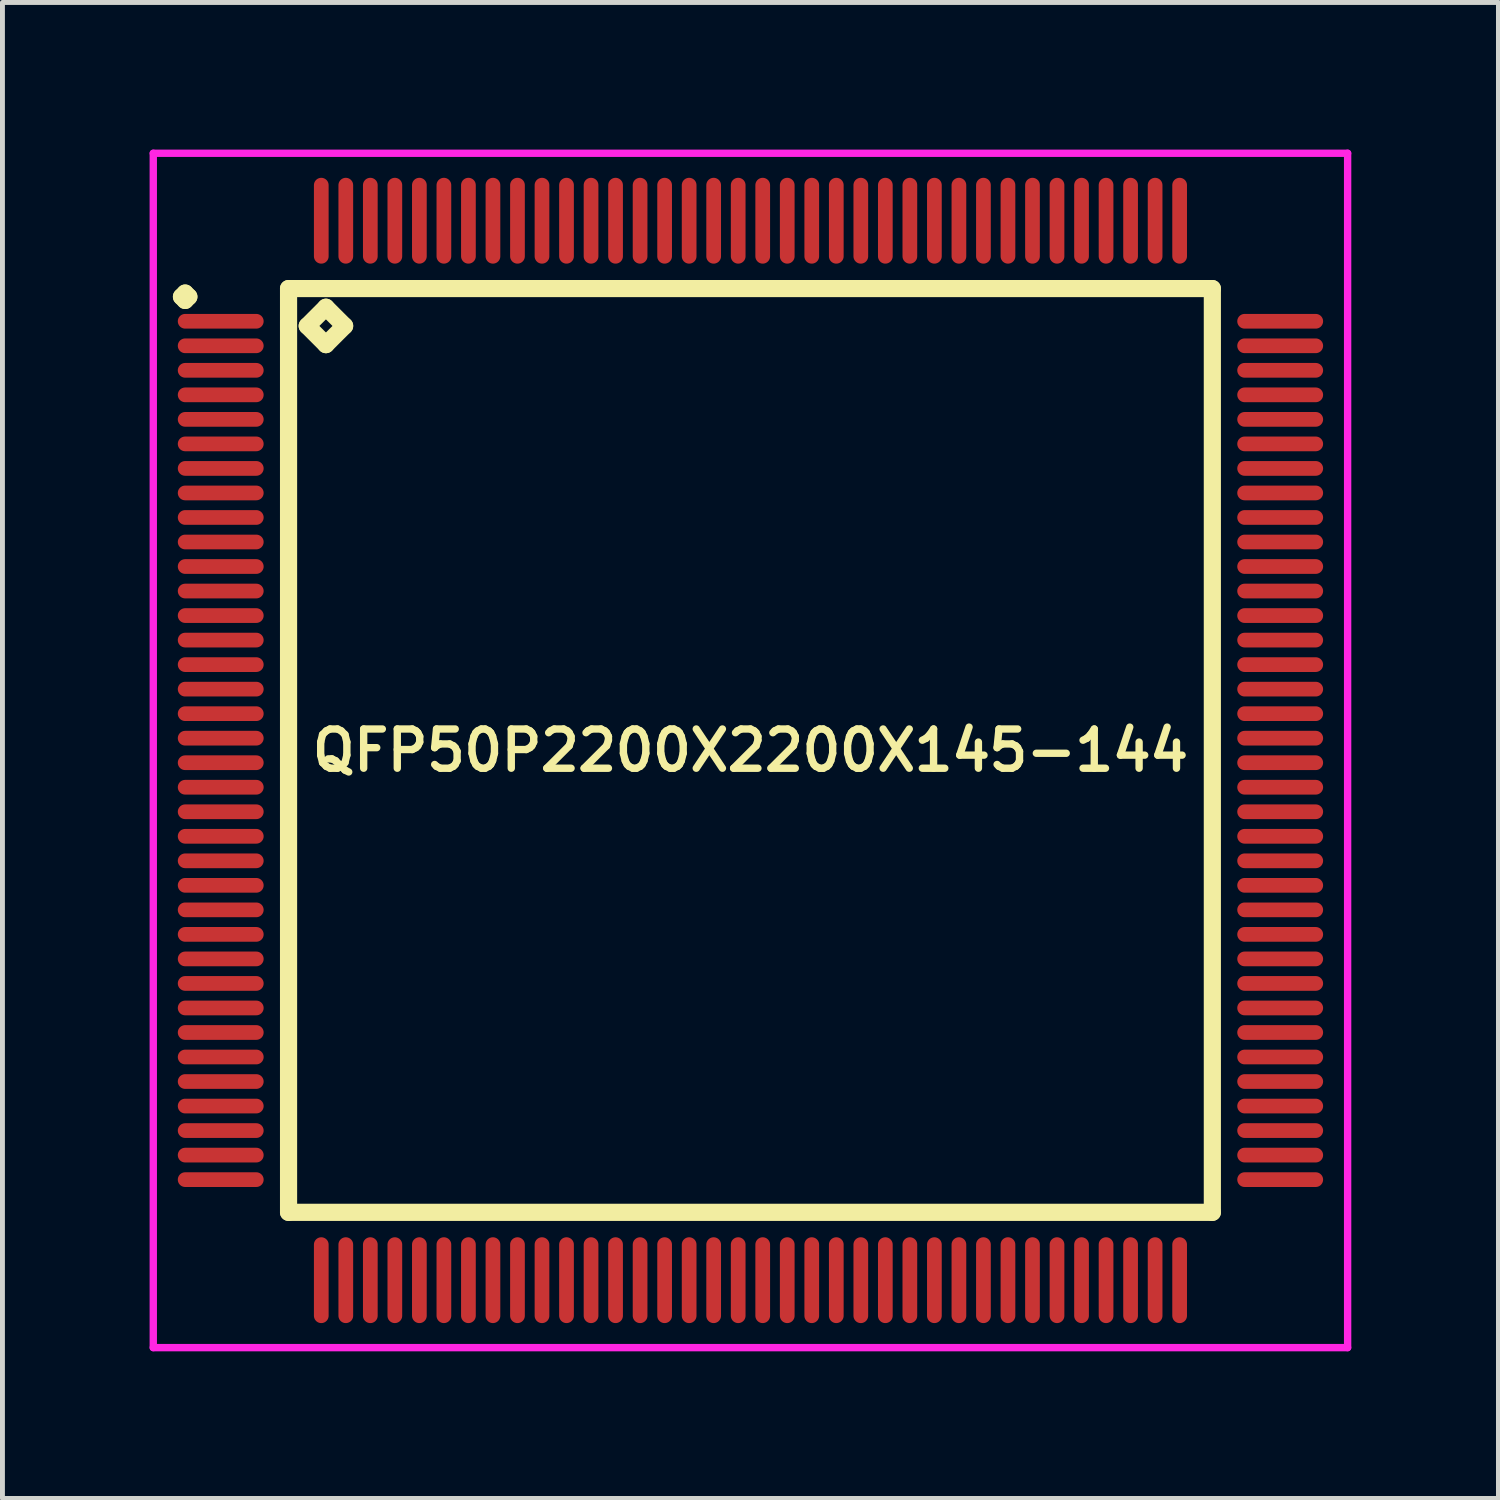
<source format=kicad_pcb>
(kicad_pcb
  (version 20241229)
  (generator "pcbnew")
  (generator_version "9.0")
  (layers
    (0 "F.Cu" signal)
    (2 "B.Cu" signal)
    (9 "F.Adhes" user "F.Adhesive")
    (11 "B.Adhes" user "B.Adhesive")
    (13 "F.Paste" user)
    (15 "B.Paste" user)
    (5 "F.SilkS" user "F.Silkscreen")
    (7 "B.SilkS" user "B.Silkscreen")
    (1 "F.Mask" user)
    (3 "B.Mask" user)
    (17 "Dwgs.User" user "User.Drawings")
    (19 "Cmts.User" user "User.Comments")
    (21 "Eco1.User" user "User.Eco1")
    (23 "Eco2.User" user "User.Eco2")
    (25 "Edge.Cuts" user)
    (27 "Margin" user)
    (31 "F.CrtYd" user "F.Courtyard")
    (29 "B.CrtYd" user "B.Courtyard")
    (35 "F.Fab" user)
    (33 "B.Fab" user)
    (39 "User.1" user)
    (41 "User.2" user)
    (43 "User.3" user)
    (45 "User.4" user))
  (footprint "QFP50P2200X2200X145-144"
    (layer "F.Cu")
    (at 12.25 12.25)
    (property "Reference" "QFP50P2200X2200X145-144" (at 0 0 0) (layer "F.SilkS") (effects (font (size 0.8 0.8) (thickness 0.15))))
    (attr smd)
    (fp_line (start -11.6 -9.25) (end -11.525 -9.325) (stroke (width 0.35) (type solid)) (layer "F.SilkS"))
    (fp_line (start -11.525 -9.325) (end -11.45 -9.25) (stroke (width 0.35) (type solid)) (layer "F.SilkS"))
    (fp_line (start -11.525 -9.175) (end -11.6 -9.25) (stroke (width 0.35) (type solid)) (layer "F.SilkS"))
    (fp_line (start -11.45 -9.25) (end -11.525 -9.175) (stroke (width 0.35) (type solid)) (layer "F.SilkS"))
    (fp_line (start -9.417 -9.417) (end -9.417 9.417) (stroke (width 0.35) (type solid)) (layer "F.SilkS"))
    (fp_line (start -9.417 9.417) (end 9.417 9.417) (stroke (width 0.35) (type solid)) (layer "F.SilkS"))
    (fp_line (start -9.036 -8.655) (end -8.655 -9.036) (stroke (width 0.35) (type solid)) (layer "F.SilkS"))
    (fp_line (start -8.655 -9.036) (end -8.274 -8.655) (stroke (width 0.35) (type solid)) (layer "F.SilkS"))
    (fp_line (start -8.655 -8.274) (end -9.036 -8.655) (stroke (width 0.35) (type solid)) (layer "F.SilkS"))
    (fp_line (start -8.274 -8.655) (end -8.655 -8.274) (stroke (width 0.35) (type solid)) (layer "F.SilkS"))
    (fp_line (start 9.417 -9.417) (end -9.417 -9.417) (stroke (width 0.35) (type solid)) (layer "F.SilkS"))
    (fp_line (start 9.417 9.417) (end 9.417 -9.417) (stroke (width 0.35) (type solid)) (layer "F.SilkS"))
    (fp_line (start -12.175 -12.175) (end 12.175 -12.175) (stroke (width 0.15) (type solid)) (layer "F.CrtYd"))
    (fp_line (start -12.175 12.175) (end -12.175 -12.175) (stroke (width 0.15) (type solid)) (layer "F.CrtYd"))
    (fp_line (start 12.175 -12.175) (end 12.175 12.175) (stroke (width 0.15) (type solid)) (layer "F.CrtYd"))
    (fp_line (start 12.175 12.175) (end -12.175 12.175) (stroke (width 0.15) (type solid)) (layer "F.CrtYd"))
    (pad "1" smd oval (at -10.8 -8.75) (size 1.75 0.3) (layers "F.Cu" "F.Mask" "F.Paste"))
    (pad "2" smd oval (at -10.8 -8.25) (size 1.75 0.3) (layers "F.Cu" "F.Mask" "F.Paste"))
    (pad "3" smd oval (at -10.8 -7.75) (size 1.75 0.3) (layers "F.Cu" "F.Mask" "F.Paste"))
    (pad "4" smd oval (at -10.8 -7.25) (size 1.75 0.3) (layers "F.Cu" "F.Mask" "F.Paste"))
    (pad "5" smd oval (at -10.8 -6.75) (size 1.75 0.3) (layers "F.Cu" "F.Mask" "F.Paste"))
    (pad "6" smd oval (at -10.8 -6.25) (size 1.75 0.3) (layers "F.Cu" "F.Mask" "F.Paste"))
    (pad "7" smd oval (at -10.8 -5.75) (size 1.75 0.3) (layers "F.Cu" "F.Mask" "F.Paste"))
    (pad "8" smd oval (at -10.8 -5.25) (size 1.75 0.3) (layers "F.Cu" "F.Mask" "F.Paste"))
    (pad "9" smd oval (at -10.8 -4.75) (size 1.75 0.3) (layers "F.Cu" "F.Mask" "F.Paste"))
    (pad "10" smd oval (at -10.8 -4.25) (size 1.75 0.3) (layers "F.Cu" "F.Mask" "F.Paste"))
    (pad "11" smd oval (at -10.8 -3.75) (size 1.75 0.3) (layers "F.Cu" "F.Mask" "F.Paste"))
    (pad "12" smd oval (at -10.8 -3.25) (size 1.75 0.3) (layers "F.Cu" "F.Mask" "F.Paste"))
    (pad "13" smd oval (at -10.8 -2.75) (size 1.75 0.3) (layers "F.Cu" "F.Mask" "F.Paste"))
    (pad "14" smd oval (at -10.8 -2.25) (size 1.75 0.3) (layers "F.Cu" "F.Mask" "F.Paste"))
    (pad "15" smd oval (at -10.8 -1.75) (size 1.75 0.3) (layers "F.Cu" "F.Mask" "F.Paste"))
    (pad "16" smd oval (at -10.8 -1.25) (size 1.75 0.3) (layers "F.Cu" "F.Mask" "F.Paste"))
    (pad "17" smd oval (at -10.8 -0.75) (size 1.75 0.3) (layers "F.Cu" "F.Mask" "F.Paste"))
    (pad "18" smd oval (at -10.8 -0.25) (size 1.75 0.3) (layers "F.Cu" "F.Mask" "F.Paste"))
    (pad "19" smd oval (at -10.8 0.25) (size 1.75 0.3) (layers "F.Cu" "F.Mask" "F.Paste"))
    (pad "20" smd oval (at -10.8 0.75) (size 1.75 0.3) (layers "F.Cu" "F.Mask" "F.Paste"))
    (pad "21" smd oval (at -10.8 1.25) (size 1.75 0.3) (layers "F.Cu" "F.Mask" "F.Paste"))
    (pad "22" smd oval (at -10.8 1.75) (size 1.75 0.3) (layers "F.Cu" "F.Mask" "F.Paste"))
    (pad "23" smd oval (at -10.8 2.25) (size 1.75 0.3) (layers "F.Cu" "F.Mask" "F.Paste"))
    (pad "24" smd oval (at -10.8 2.75) (size 1.75 0.3) (layers "F.Cu" "F.Mask" "F.Paste"))
    (pad "25" smd oval (at -10.8 3.25) (size 1.75 0.3) (layers "F.Cu" "F.Mask" "F.Paste"))
    (pad "26" smd oval (at -10.8 3.75) (size 1.75 0.3) (layers "F.Cu" "F.Mask" "F.Paste"))
    (pad "27" smd oval (at -10.8 4.25) (size 1.75 0.3) (layers "F.Cu" "F.Mask" "F.Paste"))
    (pad "28" smd oval (at -10.8 4.75) (size 1.75 0.3) (layers "F.Cu" "F.Mask" "F.Paste"))
    (pad "29" smd oval (at -10.8 5.25) (size 1.75 0.3) (layers "F.Cu" "F.Mask" "F.Paste"))
    (pad "30" smd oval (at -10.8 5.75) (size 1.75 0.3) (layers "F.Cu" "F.Mask" "F.Paste"))
    (pad "31" smd oval (at -10.8 6.25) (size 1.75 0.3) (layers "F.Cu" "F.Mask" "F.Paste"))
    (pad "32" smd oval (at -10.8 6.75) (size 1.75 0.3) (layers "F.Cu" "F.Mask" "F.Paste"))
    (pad "33" smd oval (at -10.8 7.25) (size 1.75 0.3) (layers "F.Cu" "F.Mask" "F.Paste"))
    (pad "34" smd oval (at -10.8 7.75) (size 1.75 0.3) (layers "F.Cu" "F.Mask" "F.Paste"))
    (pad "35" smd oval (at -10.8 8.25) (size 1.75 0.3) (layers "F.Cu" "F.Mask" "F.Paste"))
    (pad "36" smd oval (at -10.8 8.75) (size 1.75 0.3) (layers "F.Cu" "F.Mask" "F.Paste"))
    (pad "37" smd oval (at -8.75 10.8) (size 0.3 1.75) (layers "F.Cu" "F.Mask" "F.Paste"))
    (pad "38" smd oval (at -8.25 10.8) (size 0.3 1.75) (layers "F.Cu" "F.Mask" "F.Paste"))
    (pad "39" smd oval (at -7.75 10.8) (size 0.3 1.75) (layers "F.Cu" "F.Mask" "F.Paste"))
    (pad "40" smd oval (at -7.25 10.8) (size 0.3 1.75) (layers "F.Cu" "F.Mask" "F.Paste"))
    (pad "41" smd oval (at -6.75 10.8) (size 0.3 1.75) (layers "F.Cu" "F.Mask" "F.Paste"))
    (pad "42" smd oval (at -6.25 10.8) (size 0.3 1.75) (layers "F.Cu" "F.Mask" "F.Paste"))
    (pad "43" smd oval (at -5.75 10.8) (size 0.3 1.75) (layers "F.Cu" "F.Mask" "F.Paste"))
    (pad "44" smd oval (at -5.25 10.8) (size 0.3 1.75) (layers "F.Cu" "F.Mask" "F.Paste"))
    (pad "45" smd oval (at -4.75 10.8) (size 0.3 1.75) (layers "F.Cu" "F.Mask" "F.Paste"))
    (pad "46" smd oval (at -4.25 10.8) (size 0.3 1.75) (layers "F.Cu" "F.Mask" "F.Paste"))
    (pad "47" smd oval (at -3.75 10.8) (size 0.3 1.75) (layers "F.Cu" "F.Mask" "F.Paste"))
    (pad "48" smd oval (at -3.25 10.8) (size 0.3 1.75) (layers "F.Cu" "F.Mask" "F.Paste"))
    (pad "49" smd oval (at -2.75 10.8) (size 0.3 1.75) (layers "F.Cu" "F.Mask" "F.Paste"))
    (pad "50" smd oval (at -2.25 10.8) (size 0.3 1.75) (layers "F.Cu" "F.Mask" "F.Paste"))
    (pad "51" smd oval (at -1.75 10.8) (size 0.3 1.75) (layers "F.Cu" "F.Mask" "F.Paste"))
    (pad "52" smd oval (at -1.25 10.8) (size 0.3 1.75) (layers "F.Cu" "F.Mask" "F.Paste"))
    (pad "53" smd oval (at -0.75 10.8) (size 0.3 1.75) (layers "F.Cu" "F.Mask" "F.Paste"))
    (pad "54" smd oval (at -0.25 10.8) (size 0.3 1.75) (layers "F.Cu" "F.Mask" "F.Paste"))
    (pad "55" smd oval (at 0.25 10.8) (size 0.3 1.75) (layers "F.Cu" "F.Mask" "F.Paste"))
    (pad "56" smd oval (at 0.75 10.8) (size 0.3 1.75) (layers "F.Cu" "F.Mask" "F.Paste"))
    (pad "57" smd oval (at 1.25 10.8) (size 0.3 1.75) (layers "F.Cu" "F.Mask" "F.Paste"))
    (pad "58" smd oval (at 1.75 10.8) (size 0.3 1.75) (layers "F.Cu" "F.Mask" "F.Paste"))
    (pad "59" smd oval (at 2.25 10.8) (size 0.3 1.75) (layers "F.Cu" "F.Mask" "F.Paste"))
    (pad "60" smd oval (at 2.75 10.8) (size 0.3 1.75) (layers "F.Cu" "F.Mask" "F.Paste"))
    (pad "61" smd oval (at 3.25 10.8) (size 0.3 1.75) (layers "F.Cu" "F.Mask" "F.Paste"))
    (pad "62" smd oval (at 3.75 10.8) (size 0.3 1.75) (layers "F.Cu" "F.Mask" "F.Paste"))
    (pad "63" smd oval (at 4.25 10.8) (size 0.3 1.75) (layers "F.Cu" "F.Mask" "F.Paste"))
    (pad "64" smd oval (at 4.75 10.8) (size 0.3 1.75) (layers "F.Cu" "F.Mask" "F.Paste"))
    (pad "65" smd oval (at 5.25 10.8) (size 0.3 1.75) (layers "F.Cu" "F.Mask" "F.Paste"))
    (pad "66" smd oval (at 5.75 10.8) (size 0.3 1.75) (layers "F.Cu" "F.Mask" "F.Paste"))
    (pad "67" smd oval (at 6.25 10.8) (size 0.3 1.75) (layers "F.Cu" "F.Mask" "F.Paste"))
    (pad "68" smd oval (at 6.75 10.8) (size 0.3 1.75) (layers "F.Cu" "F.Mask" "F.Paste"))
    (pad "69" smd oval (at 7.25 10.8) (size 0.3 1.75) (layers "F.Cu" "F.Mask" "F.Paste"))
    (pad "70" smd oval (at 7.75 10.8) (size 0.3 1.75) (layers "F.Cu" "F.Mask" "F.Paste"))
    (pad "71" smd oval (at 8.25 10.8) (size 0.3 1.75) (layers "F.Cu" "F.Mask" "F.Paste"))
    (pad "72" smd oval (at 8.75 10.8) (size 0.3 1.75) (layers "F.Cu" "F.Mask" "F.Paste"))
    (pad "73" smd oval (at 10.8 8.75) (size 1.75 0.3) (layers "F.Cu" "F.Mask" "F.Paste"))
    (pad "74" smd oval (at 10.8 8.25) (size 1.75 0.3) (layers "F.Cu" "F.Mask" "F.Paste"))
    (pad "75" smd oval (at 10.8 7.75) (size 1.75 0.3) (layers "F.Cu" "F.Mask" "F.Paste"))
    (pad "76" smd oval (at 10.8 7.25) (size 1.75 0.3) (layers "F.Cu" "F.Mask" "F.Paste"))
    (pad "77" smd oval (at 10.8 6.75) (size 1.75 0.3) (layers "F.Cu" "F.Mask" "F.Paste"))
    (pad "78" smd oval (at 10.8 6.25) (size 1.75 0.3) (layers "F.Cu" "F.Mask" "F.Paste"))
    (pad "79" smd oval (at 10.8 5.75) (size 1.75 0.3) (layers "F.Cu" "F.Mask" "F.Paste"))
    (pad "80" smd oval (at 10.8 5.25) (size 1.75 0.3) (layers "F.Cu" "F.Mask" "F.Paste"))
    (pad "81" smd oval (at 10.8 4.75) (size 1.75 0.3) (layers "F.Cu" "F.Mask" "F.Paste"))
    (pad "82" smd oval (at 10.8 4.25) (size 1.75 0.3) (layers "F.Cu" "F.Mask" "F.Paste"))
    (pad "83" smd oval (at 10.8 3.75) (size 1.75 0.3) (layers "F.Cu" "F.Mask" "F.Paste"))
    (pad "84" smd oval (at 10.8 3.25) (size 1.75 0.3) (layers "F.Cu" "F.Mask" "F.Paste"))
    (pad "85" smd oval (at 10.8 2.75) (size 1.75 0.3) (layers "F.Cu" "F.Mask" "F.Paste"))
    (pad "86" smd oval (at 10.8 2.25) (size 1.75 0.3) (layers "F.Cu" "F.Mask" "F.Paste"))
    (pad "87" smd oval (at 10.8 1.75) (size 1.75 0.3) (layers "F.Cu" "F.Mask" "F.Paste"))
    (pad "88" smd oval (at 10.8 1.25) (size 1.75 0.3) (layers "F.Cu" "F.Mask" "F.Paste"))
    (pad "89" smd oval (at 10.8 0.75) (size 1.75 0.3) (layers "F.Cu" "F.Mask" "F.Paste"))
    (pad "90" smd oval (at 10.8 0.25) (size 1.75 0.3) (layers "F.Cu" "F.Mask" "F.Paste"))
    (pad "91" smd oval (at 10.8 -0.25) (size 1.75 0.3) (layers "F.Cu" "F.Mask" "F.Paste"))
    (pad "92" smd oval (at 10.8 -0.75) (size 1.75 0.3) (layers "F.Cu" "F.Mask" "F.Paste"))
    (pad "93" smd oval (at 10.8 -1.25) (size 1.75 0.3) (layers "F.Cu" "F.Mask" "F.Paste"))
    (pad "94" smd oval (at 10.8 -1.75) (size 1.75 0.3) (layers "F.Cu" "F.Mask" "F.Paste"))
    (pad "95" smd oval (at 10.8 -2.25) (size 1.75 0.3) (layers "F.Cu" "F.Mask" "F.Paste"))
    (pad "96" smd oval (at 10.8 -2.75) (size 1.75 0.3) (layers "F.Cu" "F.Mask" "F.Paste"))
    (pad "97" smd oval (at 10.8 -3.25) (size 1.75 0.3) (layers "F.Cu" "F.Mask" "F.Paste"))
    (pad "98" smd oval (at 10.8 -3.75) (size 1.75 0.3) (layers "F.Cu" "F.Mask" "F.Paste"))
    (pad "99" smd oval (at 10.8 -4.25) (size 1.75 0.3) (layers "F.Cu" "F.Mask" "F.Paste"))
    (pad "100" smd oval (at 10.8 -4.75) (size 1.75 0.3) (layers "F.Cu" "F.Mask" "F.Paste"))
    (pad "101" smd oval (at 10.8 -5.25) (size 1.75 0.3) (layers "F.Cu" "F.Mask" "F.Paste"))
    (pad "102" smd oval (at 10.8 -5.75) (size 1.75 0.3) (layers "F.Cu" "F.Mask" "F.Paste"))
    (pad "103" smd oval (at 10.8 -6.25) (size 1.75 0.3) (layers "F.Cu" "F.Mask" "F.Paste"))
    (pad "104" smd oval (at 10.8 -6.75) (size 1.75 0.3) (layers "F.Cu" "F.Mask" "F.Paste"))
    (pad "105" smd oval (at 10.8 -7.25) (size 1.75 0.3) (layers "F.Cu" "F.Mask" "F.Paste"))
    (pad "106" smd oval (at 10.8 -7.75) (size 1.75 0.3) (layers "F.Cu" "F.Mask" "F.Paste"))
    (pad "107" smd oval (at 10.8 -8.25) (size 1.75 0.3) (layers "F.Cu" "F.Mask" "F.Paste"))
    (pad "108" smd oval (at 10.8 -8.75) (size 1.75 0.3) (layers "F.Cu" "F.Mask" "F.Paste"))
    (pad "109" smd oval (at 8.75 -10.8) (size 0.3 1.75) (layers "F.Cu" "F.Mask" "F.Paste"))
    (pad "110" smd oval (at 8.25 -10.8) (size 0.3 1.75) (layers "F.Cu" "F.Mask" "F.Paste"))
    (pad "111" smd oval (at 7.75 -10.8) (size 0.3 1.75) (layers "F.Cu" "F.Mask" "F.Paste"))
    (pad "112" smd oval (at 7.25 -10.8) (size 0.3 1.75) (layers "F.Cu" "F.Mask" "F.Paste"))
    (pad "113" smd oval (at 6.75 -10.8) (size 0.3 1.75) (layers "F.Cu" "F.Mask" "F.Paste"))
    (pad "114" smd oval (at 6.25 -10.8) (size 0.3 1.75) (layers "F.Cu" "F.Mask" "F.Paste"))
    (pad "115" smd oval (at 5.75 -10.8) (size 0.3 1.75) (layers "F.Cu" "F.Mask" "F.Paste"))
    (pad "116" smd oval (at 5.25 -10.8) (size 0.3 1.75) (layers "F.Cu" "F.Mask" "F.Paste"))
    (pad "117" smd oval (at 4.75 -10.8) (size 0.3 1.75) (layers "F.Cu" "F.Mask" "F.Paste"))
    (pad "118" smd oval (at 4.25 -10.8) (size 0.3 1.75) (layers "F.Cu" "F.Mask" "F.Paste"))
    (pad "119" smd oval (at 3.75 -10.8) (size 0.3 1.75) (layers "F.Cu" "F.Mask" "F.Paste"))
    (pad "120" smd oval (at 3.25 -10.8) (size 0.3 1.75) (layers "F.Cu" "F.Mask" "F.Paste"))
    (pad "121" smd oval (at 2.75 -10.8) (size 0.3 1.75) (layers "F.Cu" "F.Mask" "F.Paste"))
    (pad "122" smd oval (at 2.25 -10.8) (size 0.3 1.75) (layers "F.Cu" "F.Mask" "F.Paste"))
    (pad "123" smd oval (at 1.75 -10.8) (size 0.3 1.75) (layers "F.Cu" "F.Mask" "F.Paste"))
    (pad "124" smd oval (at 1.25 -10.8) (size 0.3 1.75) (layers "F.Cu" "F.Mask" "F.Paste"))
    (pad "125" smd oval (at 0.75 -10.8) (size 0.3 1.75) (layers "F.Cu" "F.Mask" "F.Paste"))
    (pad "126" smd oval (at 0.25 -10.8) (size 0.3 1.75) (layers "F.Cu" "F.Mask" "F.Paste"))
    (pad "127" smd oval (at -0.25 -10.8) (size 0.3 1.75) (layers "F.Cu" "F.Mask" "F.Paste"))
    (pad "128" smd oval (at -0.75 -10.8) (size 0.3 1.75) (layers "F.Cu" "F.Mask" "F.Paste"))
    (pad "129" smd oval (at -1.25 -10.8) (size 0.3 1.75) (layers "F.Cu" "F.Mask" "F.Paste"))
    (pad "130" smd oval (at -1.75 -10.8) (size 0.3 1.75) (layers "F.Cu" "F.Mask" "F.Paste"))
    (pad "131" smd oval (at -2.25 -10.8) (size 0.3 1.75) (layers "F.Cu" "F.Mask" "F.Paste"))
    (pad "132" smd oval (at -2.75 -10.8) (size 0.3 1.75) (layers "F.Cu" "F.Mask" "F.Paste"))
    (pad "133" smd oval (at -3.25 -10.8) (size 0.3 1.75) (layers "F.Cu" "F.Mask" "F.Paste"))
    (pad "134" smd oval (at -3.75 -10.8) (size 0.3 1.75) (layers "F.Cu" "F.Mask" "F.Paste"))
    (pad "135" smd oval (at -4.25 -10.8) (size 0.3 1.75) (layers "F.Cu" "F.Mask" "F.Paste"))
    (pad "136" smd oval (at -4.75 -10.8) (size 0.3 1.75) (layers "F.Cu" "F.Mask" "F.Paste"))
    (pad "137" smd oval (at -5.25 -10.8) (size 0.3 1.75) (layers "F.Cu" "F.Mask" "F.Paste"))
    (pad "138" smd oval (at -5.75 -10.8) (size 0.3 1.75) (layers "F.Cu" "F.Mask" "F.Paste"))
    (pad "139" smd oval (at -6.25 -10.8) (size 0.3 1.75) (layers "F.Cu" "F.Mask" "F.Paste"))
    (pad "140" smd oval (at -6.75 -10.8) (size 0.3 1.75) (layers "F.Cu" "F.Mask" "F.Paste"))
    (pad "141" smd oval (at -7.25 -10.8) (size 0.3 1.75) (layers "F.Cu" "F.Mask" "F.Paste"))
    (pad "142" smd oval (at -7.75 -10.8) (size 0.3 1.75) (layers "F.Cu" "F.Mask" "F.Paste"))
    (pad "143" smd oval (at -8.25 -10.8) (size 0.3 1.75) (layers "F.Cu" "F.Mask" "F.Paste"))
    (pad "144" smd oval (at -8.75 -10.8) (size 0.3 1.75) (layers "F.Cu" "F.Mask" "F.Paste")))
  (gr_rect
    (start -3 -3)
    (end 27.5 27.5)
    (stroke (width 0.1) (type default))
    (fill no)
    (layer "Edge.Cuts")))
</source>
